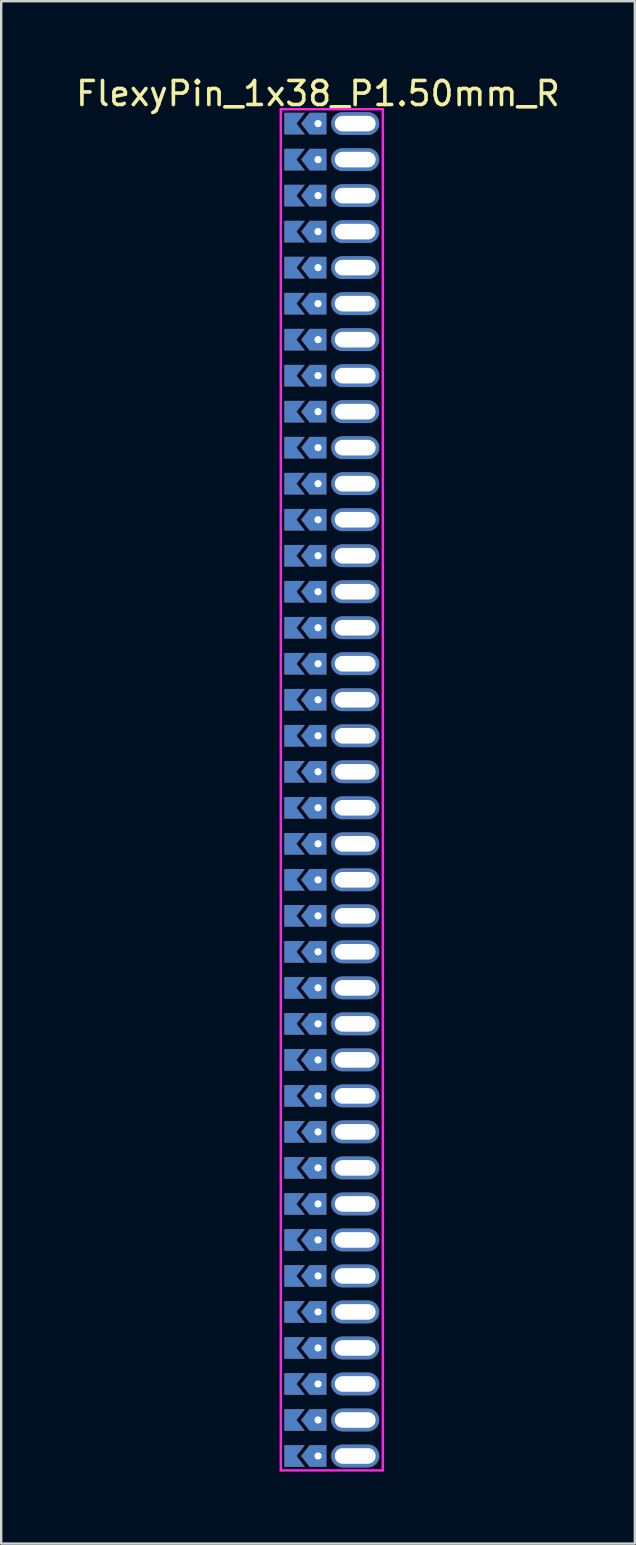
<source format=kicad_pcb>
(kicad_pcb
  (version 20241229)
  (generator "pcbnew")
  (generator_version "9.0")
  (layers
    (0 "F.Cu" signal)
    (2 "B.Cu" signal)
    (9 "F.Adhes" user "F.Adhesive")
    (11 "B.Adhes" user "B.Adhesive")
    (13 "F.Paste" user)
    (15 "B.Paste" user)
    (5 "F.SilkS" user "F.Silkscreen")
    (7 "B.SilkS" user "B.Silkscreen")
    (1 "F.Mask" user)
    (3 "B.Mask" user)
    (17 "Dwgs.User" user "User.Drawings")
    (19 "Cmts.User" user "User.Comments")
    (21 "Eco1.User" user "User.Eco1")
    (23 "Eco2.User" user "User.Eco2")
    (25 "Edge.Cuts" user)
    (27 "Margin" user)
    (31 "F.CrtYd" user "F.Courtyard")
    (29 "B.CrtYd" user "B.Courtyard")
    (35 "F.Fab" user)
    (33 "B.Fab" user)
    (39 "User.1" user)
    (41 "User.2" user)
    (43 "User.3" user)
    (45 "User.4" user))
  (footprint "FlexyPin_1x38_P1.50mm_R"
    (layer "F.Cu")
    (at 10.196 2.098)
    (property "Reference" "FlexyPin_1x38_P1.50mm_R" (at 0 -1.25 0) (layer "F.SilkS") (effects (font (size 1 1) (thickness 0.15))))
    (attr through_hole)
    (fp_line (start -1.55 -0.6) (end 2.7 -0.6) (stroke (width 0.1) (type solid)) (layer "F.CrtYd"))
    (fp_line (start -1.55 56.1) (end -1.55 -0.6) (stroke (width 0.1) (type solid)) (layer "F.CrtYd"))
    (fp_line (start 2.7 -0.6) (end 2.7 56.1) (stroke (width 0.1) (type solid)) (layer "F.CrtYd"))
    (fp_line (start 2.7 56.1) (end -1.55 56.1) (stroke (width 0.1) (type solid)) (layer "F.CrtYd"))
    (pad "" thru_hole custom (at 0 0) (size 0.3 0.3) (drill 0.6) (layers "*.Cu" "*.Mask") (options (anchor rect)) (primitives (gr_poly (pts (xy 0.35 0.45) (xy 0.35 -0.45) (xy -0.35 -0.45) (xy -0.7 0) (xy -0.35 0.45)) (width 0) (fill yes))))
    (pad "" thru_hole custom (at 0 1.5) (size 0.3 0.3) (drill 0.6) (layers "*.Cu" "*.Mask") (options (anchor rect)) (primitives (gr_poly (pts (xy 0.35 0.45) (xy 0.35 -0.45) (xy -0.35 -0.45) (xy -0.7 0) (xy -0.35 0.45)) (width 0) (fill yes))))
    (pad "" thru_hole custom (at 0 3) (size 0.3 0.3) (drill 0.6) (layers "*.Cu" "*.Mask") (options (anchor rect)) (primitives (gr_poly (pts (xy 0.35 0.45) (xy 0.35 -0.45) (xy -0.35 -0.45) (xy -0.7 0) (xy -0.35 0.45)) (width 0) (fill yes))))
    (pad "" thru_hole custom (at 0 4.5) (size 0.3 0.3) (drill 0.6) (layers "*.Cu" "*.Mask") (options (anchor rect)) (primitives (gr_poly (pts (xy 0.35 0.45) (xy 0.35 -0.45) (xy -0.35 -0.45) (xy -0.7 0) (xy -0.35 0.45)) (width 0) (fill yes))))
    (pad "" thru_hole custom (at 0 6) (size 0.3 0.3) (drill 0.6) (layers "*.Cu" "*.Mask") (options (anchor rect)) (primitives (gr_poly (pts (xy 0.35 0.45) (xy 0.35 -0.45) (xy -0.35 -0.45) (xy -0.7 0) (xy -0.35 0.45)) (width 0) (fill yes))))
    (pad "" thru_hole custom (at 0 7.5) (size 0.3 0.3) (drill 0.6) (layers "*.Cu" "*.Mask") (options (anchor rect)) (primitives (gr_poly (pts (xy 0.35 0.45) (xy 0.35 -0.45) (xy -0.35 -0.45) (xy -0.7 0) (xy -0.35 0.45)) (width 0) (fill yes))))
    (pad "" thru_hole custom (at 0 9) (size 0.3 0.3) (drill 0.6) (layers "*.Cu" "*.Mask") (options (anchor rect)) (primitives (gr_poly (pts (xy 0.35 0.45) (xy 0.35 -0.45) (xy -0.35 -0.45) (xy -0.7 0) (xy -0.35 0.45)) (width 0) (fill yes))))
    (pad "" thru_hole custom (at 0 10.5) (size 0.3 0.3) (drill 0.6) (layers "*.Cu" "*.Mask") (options (anchor rect)) (primitives (gr_poly (pts (xy 0.35 0.45) (xy 0.35 -0.45) (xy -0.35 -0.45) (xy -0.7 0) (xy -0.35 0.45)) (width 0) (fill yes))))
    (pad "" thru_hole custom (at 0 12) (size 0.3 0.3) (drill 0.6) (layers "*.Cu" "*.Mask") (options (anchor rect)) (primitives (gr_poly (pts (xy 0.35 0.45) (xy 0.35 -0.45) (xy -0.35 -0.45) (xy -0.7 0) (xy -0.35 0.45)) (width 0) (fill yes))))
    (pad "" thru_hole custom (at 0 13.5) (size 0.3 0.3) (drill 0.6) (layers "*.Cu" "*.Mask") (options (anchor rect)) (primitives (gr_poly (pts (xy 0.35 0.45) (xy 0.35 -0.45) (xy -0.35 -0.45) (xy -0.7 0) (xy -0.35 0.45)) (width 0) (fill yes))))
    (pad "" thru_hole custom (at 0 15) (size 0.3 0.3) (drill 0.6) (layers "*.Cu" "*.Mask") (options (anchor rect)) (primitives (gr_poly (pts (xy 0.35 0.45) (xy 0.35 -0.45) (xy -0.35 -0.45) (xy -0.7 0) (xy -0.35 0.45)) (width 0) (fill yes))))
    (pad "" thru_hole custom (at 0 16.5) (size 0.3 0.3) (drill 0.6) (layers "*.Cu" "*.Mask") (options (anchor rect)) (primitives (gr_poly (pts (xy 0.35 0.45) (xy 0.35 -0.45) (xy -0.35 -0.45) (xy -0.7 0) (xy -0.35 0.45)) (width 0) (fill yes))))
    (pad "" thru_hole custom (at 0 18) (size 0.3 0.3) (drill 0.6) (layers "*.Cu" "*.Mask") (options (anchor rect)) (primitives (gr_poly (pts (xy 0.35 0.45) (xy 0.35 -0.45) (xy -0.35 -0.45) (xy -0.7 0) (xy -0.35 0.45)) (width 0) (fill yes))))
    (pad "" thru_hole custom (at 0 19.5) (size 0.3 0.3) (drill 0.6) (layers "*.Cu" "*.Mask") (options (anchor rect)) (primitives (gr_poly (pts (xy 0.35 0.45) (xy 0.35 -0.45) (xy -0.35 -0.45) (xy -0.7 0) (xy -0.35 0.45)) (width 0) (fill yes))))
    (pad "" thru_hole custom (at 0 21) (size 0.3 0.3) (drill 0.6) (layers "*.Cu" "*.Mask") (options (anchor rect)) (primitives (gr_poly (pts (xy 0.35 0.45) (xy 0.35 -0.45) (xy -0.35 -0.45) (xy -0.7 0) (xy -0.35 0.45)) (width 0) (fill yes))))
    (pad "" thru_hole custom (at 0 22.5) (size 0.3 0.3) (drill 0.6) (layers "*.Cu" "*.Mask") (options (anchor rect)) (primitives (gr_poly (pts (xy 0.35 0.45) (xy 0.35 -0.45) (xy -0.35 -0.45) (xy -0.7 0) (xy -0.35 0.45)) (width 0) (fill yes))))
    (pad "" thru_hole custom (at 0 24) (size 0.3 0.3) (drill 0.6) (layers "*.Cu" "*.Mask") (options (anchor rect)) (primitives (gr_poly (pts (xy 0.35 0.45) (xy 0.35 -0.45) (xy -0.35 -0.45) (xy -0.7 0) (xy -0.35 0.45)) (width 0) (fill yes))))
    (pad "" thru_hole custom (at 0 25.5) (size 0.3 0.3) (drill 0.6) (layers "*.Cu" "*.Mask") (options (anchor rect)) (primitives (gr_poly (pts (xy 0.35 0.45) (xy 0.35 -0.45) (xy -0.35 -0.45) (xy -0.7 0) (xy -0.35 0.45)) (width 0) (fill yes))))
    (pad "" thru_hole custom (at 0 27) (size 0.3 0.3) (drill 0.6) (layers "*.Cu" "*.Mask") (options (anchor rect)) (primitives (gr_poly (pts (xy 0.35 0.45) (xy 0.35 -0.45) (xy -0.35 -0.45) (xy -0.7 0) (xy -0.35 0.45)) (width 0) (fill yes))))
    (pad "" thru_hole custom (at 0 28.5) (size 0.3 0.3) (drill 0.6) (layers "*.Cu" "*.Mask") (options (anchor rect)) (primitives (gr_poly (pts (xy 0.35 0.45) (xy 0.35 -0.45) (xy -0.35 -0.45) (xy -0.7 0) (xy -0.35 0.45)) (width 0) (fill yes))))
    (pad "" thru_hole custom (at 0 30) (size 0.3 0.3) (drill 0.6) (layers "*.Cu" "*.Mask") (options (anchor rect)) (primitives (gr_poly (pts (xy 0.35 0.45) (xy 0.35 -0.45) (xy -0.35 -0.45) (xy -0.7 0) (xy -0.35 0.45)) (width 0) (fill yes))))
    (pad "" thru_hole custom (at 0 31.5) (size 0.3 0.3) (drill 0.6) (layers "*.Cu" "*.Mask") (options (anchor rect)) (primitives (gr_poly (pts (xy 0.35 0.45) (xy 0.35 -0.45) (xy -0.35 -0.45) (xy -0.7 0) (xy -0.35 0.45)) (width 0) (fill yes))))
    (pad "" thru_hole custom (at 0 33) (size 0.3 0.3) (drill 0.6) (layers "*.Cu" "*.Mask") (options (anchor rect)) (primitives (gr_poly (pts (xy 0.35 0.45) (xy 0.35 -0.45) (xy -0.35 -0.45) (xy -0.7 0) (xy -0.35 0.45)) (width 0) (fill yes))))
    (pad "" thru_hole custom (at 0 34.5) (size 0.3 0.3) (drill 0.6) (layers "*.Cu" "*.Mask") (options (anchor rect)) (primitives (gr_poly (pts (xy 0.35 0.45) (xy 0.35 -0.45) (xy -0.35 -0.45) (xy -0.7 0) (xy -0.35 0.45)) (width 0) (fill yes))))
    (pad "" thru_hole custom (at 0 36) (size 0.3 0.3) (drill 0.6) (layers "*.Cu" "*.Mask") (options (anchor rect)) (primitives (gr_poly (pts (xy 0.35 0.45) (xy 0.35 -0.45) (xy -0.35 -0.45) (xy -0.7 0) (xy -0.35 0.45)) (width 0) (fill yes))))
    (pad "" thru_hole custom (at 0 37.5) (size 0.3 0.3) (drill 0.6) (layers "*.Cu" "*.Mask") (options (anchor rect)) (primitives (gr_poly (pts (xy 0.35 0.45) (xy 0.35 -0.45) (xy -0.35 -0.45) (xy -0.7 0) (xy -0.35 0.45)) (width 0) (fill yes))))
    (pad "" thru_hole custom (at 0 39) (size 0.3 0.3) (drill 0.6) (layers "*.Cu" "*.Mask") (options (anchor rect)) (primitives (gr_poly (pts (xy 0.35 0.45) (xy 0.35 -0.45) (xy -0.35 -0.45) (xy -0.7 0) (xy -0.35 0.45)) (width 0) (fill yes))))
    (pad "" thru_hole custom (at 0 40.5) (size 0.3 0.3) (drill 0.6) (layers "*.Cu" "*.Mask") (options (anchor rect)) (primitives (gr_poly (pts (xy 0.35 0.45) (xy 0.35 -0.45) (xy -0.35 -0.45) (xy -0.7 0) (xy -0.35 0.45)) (width 0) (fill yes))))
    (pad "" thru_hole custom (at 0 42) (size 0.3 0.3) (drill 0.6) (layers "*.Cu" "*.Mask") (options (anchor rect)) (primitives (gr_poly (pts (xy 0.35 0.45) (xy 0.35 -0.45) (xy -0.35 -0.45) (xy -0.7 0) (xy -0.35 0.45)) (width 0) (fill yes))))
    (pad "" thru_hole custom (at 0 43.5) (size 0.3 0.3) (drill 0.6) (layers "*.Cu" "*.Mask") (options (anchor rect)) (primitives (gr_poly (pts (xy 0.35 0.45) (xy 0.35 -0.45) (xy -0.35 -0.45) (xy -0.7 0) (xy -0.35 0.45)) (width 0) (fill yes))))
    (pad "" thru_hole custom (at 0 45) (size 0.3 0.3) (drill 0.6) (layers "*.Cu" "*.Mask") (options (anchor rect)) (primitives (gr_poly (pts (xy 0.35 0.45) (xy 0.35 -0.45) (xy -0.35 -0.45) (xy -0.7 0) (xy -0.35 0.45)) (width 0) (fill yes))))
    (pad "" thru_hole custom (at 0 46.5) (size 0.3 0.3) (drill 0.6) (layers "*.Cu" "*.Mask") (options (anchor rect)) (primitives (gr_poly (pts (xy 0.35 0.45) (xy 0.35 -0.45) (xy -0.35 -0.45) (xy -0.7 0) (xy -0.35 0.45)) (width 0) (fill yes))))
    (pad "" thru_hole custom (at 0 48) (size 0.3 0.3) (drill 0.6) (layers "*.Cu" "*.Mask") (options (anchor rect)) (primitives (gr_poly (pts (xy 0.35 0.45) (xy 0.35 -0.45) (xy -0.35 -0.45) (xy -0.7 0) (xy -0.35 0.45)) (width 0) (fill yes))))
    (pad "" thru_hole custom (at 0 49.5) (size 0.3 0.3) (drill 0.6) (layers "*.Cu" "*.Mask") (options (anchor rect)) (primitives (gr_poly (pts (xy 0.35 0.45) (xy 0.35 -0.45) (xy -0.35 -0.45) (xy -0.7 0) (xy -0.35 0.45)) (width 0) (fill yes))))
    (pad "" thru_hole custom (at 0 51) (size 0.3 0.3) (drill 0.6) (layers "*.Cu" "*.Mask") (options (anchor rect)) (primitives (gr_poly (pts (xy 0.35 0.45) (xy 0.35 -0.45) (xy -0.35 -0.45) (xy -0.7 0) (xy -0.35 0.45)) (width 0) (fill yes))))
    (pad "" thru_hole custom (at 0 52.5) (size 0.3 0.3) (drill 0.6) (layers "*.Cu" "*.Mask") (options (anchor rect)) (primitives (gr_poly (pts (xy 0.35 0.45) (xy 0.35 -0.45) (xy -0.35 -0.45) (xy -0.7 0) (xy -0.35 0.45)) (width 0) (fill yes))))
    (pad "" thru_hole custom (at 0 54) (size 0.3 0.3) (drill 0.6) (layers "*.Cu" "*.Mask") (options (anchor rect)) (primitives (gr_poly (pts (xy 0.35 0.45) (xy 0.35 -0.45) (xy -0.35 -0.45) (xy -0.7 0) (xy -0.35 0.45)) (width 0) (fill yes))))
    (pad "" thru_hole custom (at 0 55.5) (size 0.3 0.3) (drill 0.6) (layers "*.Cu" "*.Mask") (options (anchor rect)) (primitives (gr_poly (pts (xy 0.35 0.45) (xy 0.35 -0.45) (xy -0.35 -0.45) (xy -0.7 0) (xy -0.35 0.45)) (width 0) (fill yes))))
    (pad "" thru_hole oval (at 1.55 0) (size 2 0.95) (drill oval 1.7 0.65) (layers "*.Cu" "*.Mask"))
    (pad "" thru_hole oval (at 1.55 1.5) (size 2 0.95) (drill oval 1.7 0.65) (layers "*.Cu" "*.Mask"))
    (pad "" thru_hole oval (at 1.55 3) (size 2 0.95) (drill oval 1.7 0.65) (layers "*.Cu" "*.Mask"))
    (pad "" thru_hole oval (at 1.55 4.5) (size 2 0.95) (drill oval 1.7 0.65) (layers "*.Cu" "*.Mask"))
    (pad "" thru_hole oval (at 1.55 6) (size 2 0.95) (drill oval 1.7 0.65) (layers "*.Cu" "*.Mask"))
    (pad "" thru_hole oval (at 1.55 7.5) (size 2 0.95) (drill oval 1.7 0.65) (layers "*.Cu" "*.Mask"))
    (pad "" thru_hole oval (at 1.55 9) (size 2 0.95) (drill oval 1.7 0.65) (layers "*.Cu" "*.Mask"))
    (pad "" thru_hole oval (at 1.55 10.5) (size 2 0.95) (drill oval 1.7 0.65) (layers "*.Cu" "*.Mask"))
    (pad "" thru_hole oval (at 1.55 12) (size 2 0.95) (drill oval 1.7 0.65) (layers "*.Cu" "*.Mask"))
    (pad "" thru_hole oval (at 1.55 13.5) (size 2 0.95) (drill oval 1.7 0.65) (layers "*.Cu" "*.Mask"))
    (pad "" thru_hole oval (at 1.55 15) (size 2 0.95) (drill oval 1.7 0.65) (layers "*.Cu" "*.Mask"))
    (pad "" thru_hole oval (at 1.55 16.5) (size 2 0.95) (drill oval 1.7 0.65) (layers "*.Cu" "*.Mask"))
    (pad "" thru_hole oval (at 1.55 18) (size 2 0.95) (drill oval 1.7 0.65) (layers "*.Cu" "*.Mask"))
    (pad "" thru_hole oval (at 1.55 19.5) (size 2 0.95) (drill oval 1.7 0.65) (layers "*.Cu" "*.Mask"))
    (pad "" thru_hole oval (at 1.55 21) (size 2 0.95) (drill oval 1.7 0.65) (layers "*.Cu" "*.Mask"))
    (pad "" thru_hole oval (at 1.55 22.5) (size 2 0.95) (drill oval 1.7 0.65) (layers "*.Cu" "*.Mask"))
    (pad "" thru_hole oval (at 1.55 24) (size 2 0.95) (drill oval 1.7 0.65) (layers "*.Cu" "*.Mask"))
    (pad "" thru_hole oval (at 1.55 25.5) (size 2 0.95) (drill oval 1.7 0.65) (layers "*.Cu" "*.Mask"))
    (pad "" thru_hole oval (at 1.55 27) (size 2 0.95) (drill oval 1.7 0.65) (layers "*.Cu" "*.Mask"))
    (pad "" thru_hole oval (at 1.55 28.5) (size 2 0.95) (drill oval 1.7 0.65) (layers "*.Cu" "*.Mask"))
    (pad "" thru_hole oval (at 1.55 30) (size 2 0.95) (drill oval 1.7 0.65) (layers "*.Cu" "*.Mask"))
    (pad "" thru_hole oval (at 1.55 31.5) (size 2 0.95) (drill oval 1.7 0.65) (layers "*.Cu" "*.Mask"))
    (pad "" thru_hole oval (at 1.55 33) (size 2 0.95) (drill oval 1.7 0.65) (layers "*.Cu" "*.Mask"))
    (pad "" thru_hole oval (at 1.55 34.5) (size 2 0.95) (drill oval 1.7 0.65) (layers "*.Cu" "*.Mask"))
    (pad "" thru_hole oval (at 1.55 36) (size 2 0.95) (drill oval 1.7 0.65) (layers "*.Cu" "*.Mask"))
    (pad "" thru_hole oval (at 1.55 37.5) (size 2 0.95) (drill oval 1.7 0.65) (layers "*.Cu" "*.Mask"))
    (pad "" thru_hole oval (at 1.55 39) (size 2 0.95) (drill oval 1.7 0.65) (layers "*.Cu" "*.Mask"))
    (pad "" thru_hole oval (at 1.55 40.5) (size 2 0.95) (drill oval 1.7 0.65) (layers "*.Cu" "*.Mask"))
    (pad "" thru_hole oval (at 1.55 42) (size 2 0.95) (drill oval 1.7 0.65) (layers "*.Cu" "*.Mask"))
    (pad "" thru_hole oval (at 1.55 43.5) (size 2 0.95) (drill oval 1.7 0.65) (layers "*.Cu" "*.Mask"))
    (pad "" thru_hole oval (at 1.55 45) (size 2 0.95) (drill oval 1.7 0.65) (layers "*.Cu" "*.Mask"))
    (pad "" thru_hole oval (at 1.55 46.5) (size 2 0.95) (drill oval 1.7 0.65) (layers "*.Cu" "*.Mask"))
    (pad "" thru_hole oval (at 1.55 48) (size 2 0.95) (drill oval 1.7 0.65) (layers "*.Cu" "*.Mask"))
    (pad "" thru_hole oval (at 1.55 49.5) (size 2 0.95) (drill oval 1.7 0.65) (layers "*.Cu" "*.Mask"))
    (pad "" thru_hole oval (at 1.55 51) (size 2 0.95) (drill oval 1.7 0.65) (layers "*.Cu" "*.Mask"))
    (pad "" thru_hole oval (at 1.55 52.5) (size 2 0.95) (drill oval 1.7 0.65) (layers "*.Cu" "*.Mask"))
    (pad "" thru_hole oval (at 1.55 54) (size 2 0.95) (drill oval 1.7 0.65) (layers "*.Cu" "*.Mask"))
    (pad "" thru_hole oval (at 1.55 55.5) (size 2 0.95) (drill oval 1.7 0.65) (layers "*.Cu" "*.Mask"))
    (pad "1" smd custom (at -0.9 0) (size 0.01 0.01) (layers "F.Cu" "F.Mask") (options (anchor rect)) (primitives (gr_poly (pts (xy 0 0) (xy 0.35 0.45) (xy -0.5 0.45) (xy -0.5 -0.45) (xy 0.35 -0.45)) (width 0) (fill yes))))
    (pad "2" smd custom (at -0.9 1.5) (size 0.01 0.01) (layers "F.Cu" "F.Mask") (options (anchor rect)) (primitives (gr_poly (pts (xy 0 0) (xy 0.35 0.45) (xy -0.5 0.45) (xy -0.5 -0.45) (xy 0.35 -0.45)) (width 0) (fill yes))))
    (pad "3" smd custom (at -0.9 3) (size 0.01 0.01) (layers "F.Cu" "F.Mask") (options (anchor rect)) (primitives (gr_poly (pts (xy 0 0) (xy 0.35 0.45) (xy -0.5 0.45) (xy -0.5 -0.45) (xy 0.35 -0.45)) (width 0) (fill yes))))
    (pad "4" smd custom (at -0.9 4.5) (size 0.01 0.01) (layers "F.Cu" "F.Mask") (options (anchor rect)) (primitives (gr_poly (pts (xy 0 0) (xy 0.35 0.45) (xy -0.5 0.45) (xy -0.5 -0.45) (xy 0.35 -0.45)) (width 0) (fill yes))))
    (pad "5" smd custom (at -0.9 6) (size 0.01 0.01) (layers "F.Cu" "F.Mask") (options (anchor rect)) (primitives (gr_poly (pts (xy 0 0) (xy 0.35 0.45) (xy -0.5 0.45) (xy -0.5 -0.45) (xy 0.35 -0.45)) (width 0) (fill yes))))
    (pad "6" smd custom (at -0.9 7.5) (size 0.01 0.01) (layers "F.Cu" "F.Mask") (options (anchor rect)) (primitives (gr_poly (pts (xy 0 0) (xy 0.35 0.45) (xy -0.5 0.45) (xy -0.5 -0.45) (xy 0.35 -0.45)) (width 0) (fill yes))))
    (pad "7" smd custom (at -0.9 9) (size 0.01 0.01) (layers "F.Cu" "F.Mask") (options (anchor rect)) (primitives (gr_poly (pts (xy 0 0) (xy 0.35 0.45) (xy -0.5 0.45) (xy -0.5 -0.45) (xy 0.35 -0.45)) (width 0) (fill yes))))
    (pad "8" smd custom (at -0.9 10.5) (size 0.01 0.01) (layers "F.Cu" "F.Mask") (options (anchor rect)) (primitives (gr_poly (pts (xy 0 0) (xy 0.35 0.45) (xy -0.5 0.45) (xy -0.5 -0.45) (xy 0.35 -0.45)) (width 0) (fill yes))))
    (pad "9" smd custom (at -0.9 12) (size 0.01 0.01) (layers "F.Cu" "F.Mask") (options (anchor rect)) (primitives (gr_poly (pts (xy 0 0) (xy 0.35 0.45) (xy -0.5 0.45) (xy -0.5 -0.45) (xy 0.35 -0.45)) (width 0) (fill yes))))
    (pad "10" smd custom (at -0.9 13.5) (size 0.01 0.01) (layers "F.Cu" "F.Mask") (options (anchor rect)) (primitives (gr_poly (pts (xy 0 0) (xy 0.35 0.45) (xy -0.5 0.45) (xy -0.5 -0.45) (xy 0.35 -0.45)) (width 0) (fill yes))))
    (pad "11" smd custom (at -0.9 15) (size 0.01 0.01) (layers "F.Cu" "F.Mask") (options (anchor rect)) (primitives (gr_poly (pts (xy 0 0) (xy 0.35 0.45) (xy -0.5 0.45) (xy -0.5 -0.45) (xy 0.35 -0.45)) (width 0) (fill yes))))
    (pad "12" smd custom (at -0.9 16.5) (size 0.01 0.01) (layers "F.Cu" "F.Mask") (options (anchor rect)) (primitives (gr_poly (pts (xy 0 0) (xy 0.35 0.45) (xy -0.5 0.45) (xy -0.5 -0.45) (xy 0.35 -0.45)) (width 0) (fill yes))))
    (pad "13" smd custom (at -0.9 18) (size 0.01 0.01) (layers "F.Cu" "F.Mask") (options (anchor rect)) (primitives (gr_poly (pts (xy 0 0) (xy 0.35 0.45) (xy -0.5 0.45) (xy -0.5 -0.45) (xy 0.35 -0.45)) (width 0) (fill yes))))
    (pad "14" smd custom (at -0.9 19.5) (size 0.01 0.01) (layers "F.Cu" "F.Mask") (options (anchor rect)) (primitives (gr_poly (pts (xy 0 0) (xy 0.35 0.45) (xy -0.5 0.45) (xy -0.5 -0.45) (xy 0.35 -0.45)) (width 0) (fill yes))))
    (pad "15" smd custom (at -0.9 21) (size 0.01 0.01) (layers "F.Cu" "F.Mask") (options (anchor rect)) (primitives (gr_poly (pts (xy 0 0) (xy 0.35 0.45) (xy -0.5 0.45) (xy -0.5 -0.45) (xy 0.35 -0.45)) (width 0) (fill yes))))
    (pad "16" smd custom (at -0.9 22.5) (size 0.01 0.01) (layers "F.Cu" "F.Mask") (options (anchor rect)) (primitives (gr_poly (pts (xy 0 0) (xy 0.35 0.45) (xy -0.5 0.45) (xy -0.5 -0.45) (xy 0.35 -0.45)) (width 0) (fill yes))))
    (pad "17" smd custom (at -0.9 24) (size 0.01 0.01) (layers "F.Cu" "F.Mask") (options (anchor rect)) (primitives (gr_poly (pts (xy 0 0) (xy 0.35 0.45) (xy -0.5 0.45) (xy -0.5 -0.45) (xy 0.35 -0.45)) (width 0) (fill yes))))
    (pad "18" smd custom (at -0.9 25.5) (size 0.01 0.01) (layers "F.Cu" "F.Mask") (options (anchor rect)) (primitives (gr_poly (pts (xy 0 0) (xy 0.35 0.45) (xy -0.5 0.45) (xy -0.5 -0.45) (xy 0.35 -0.45)) (width 0) (fill yes))))
    (pad "19" smd custom (at -0.9 27) (size 0.01 0.01) (layers "F.Cu" "F.Mask") (options (anchor rect)) (primitives (gr_poly (pts (xy 0 0) (xy 0.35 0.45) (xy -0.5 0.45) (xy -0.5 -0.45) (xy 0.35 -0.45)) (width 0) (fill yes))))
    (pad "20" smd custom (at -0.9 28.5) (size 0.01 0.01) (layers "F.Cu" "F.Mask") (options (anchor rect)) (primitives (gr_poly (pts (xy 0 0) (xy 0.35 0.45) (xy -0.5 0.45) (xy -0.5 -0.45) (xy 0.35 -0.45)) (width 0) (fill yes))))
    (pad "21" smd custom (at -0.9 30) (size 0.01 0.01) (layers "F.Cu" "F.Mask") (options (anchor rect)) (primitives (gr_poly (pts (xy 0 0) (xy 0.35 0.45) (xy -0.5 0.45) (xy -0.5 -0.45) (xy 0.35 -0.45)) (width 0) (fill yes))))
    (pad "22" smd custom (at -0.9 31.5) (size 0.01 0.01) (layers "F.Cu" "F.Mask") (options (anchor rect)) (primitives (gr_poly (pts (xy 0 0) (xy 0.35 0.45) (xy -0.5 0.45) (xy -0.5 -0.45) (xy 0.35 -0.45)) (width 0) (fill yes))))
    (pad "23" smd custom (at -0.9 33) (size 0.01 0.01) (layers "F.Cu" "F.Mask") (options (anchor rect)) (primitives (gr_poly (pts (xy 0 0) (xy 0.35 0.45) (xy -0.5 0.45) (xy -0.5 -0.45) (xy 0.35 -0.45)) (width 0) (fill yes))))
    (pad "24" smd custom (at -0.9 34.5) (size 0.01 0.01) (layers "F.Cu" "F.Mask") (options (anchor rect)) (primitives (gr_poly (pts (xy 0 0) (xy 0.35 0.45) (xy -0.5 0.45) (xy -0.5 -0.45) (xy 0.35 -0.45)) (width 0) (fill yes))))
    (pad "25" smd custom (at -0.9 36) (size 0.01 0.01) (layers "F.Cu" "F.Mask") (options (anchor rect)) (primitives (gr_poly (pts (xy 0 0) (xy 0.35 0.45) (xy -0.5 0.45) (xy -0.5 -0.45) (xy 0.35 -0.45)) (width 0) (fill yes))))
    (pad "26" smd custom (at -0.9 37.5) (size 0.01 0.01) (layers "F.Cu" "F.Mask") (options (anchor rect)) (primitives (gr_poly (pts (xy 0 0) (xy 0.35 0.45) (xy -0.5 0.45) (xy -0.5 -0.45) (xy 0.35 -0.45)) (width 0) (fill yes))))
    (pad "27" smd custom (at -0.9 39) (size 0.01 0.01) (layers "F.Cu" "F.Mask") (options (anchor rect)) (primitives (gr_poly (pts (xy 0 0) (xy 0.35 0.45) (xy -0.5 0.45) (xy -0.5 -0.45) (xy 0.35 -0.45)) (width 0) (fill yes))))
    (pad "28" smd custom (at -0.9 40.5) (size 0.01 0.01) (layers "F.Cu" "F.Mask") (options (anchor rect)) (primitives (gr_poly (pts (xy 0 0) (xy 0.35 0.45) (xy -0.5 0.45) (xy -0.5 -0.45) (xy 0.35 -0.45)) (width 0) (fill yes))))
    (pad "29" smd custom (at -0.9 42) (size 0.01 0.01) (layers "F.Cu" "F.Mask") (options (anchor rect)) (primitives (gr_poly (pts (xy 0 0) (xy 0.35 0.45) (xy -0.5 0.45) (xy -0.5 -0.45) (xy 0.35 -0.45)) (width 0) (fill yes))))
    (pad "30" smd custom (at -0.9 43.5) (size 0.01 0.01) (layers "F.Cu" "F.Mask") (options (anchor rect)) (primitives (gr_poly (pts (xy 0 0) (xy 0.35 0.45) (xy -0.5 0.45) (xy -0.5 -0.45) (xy 0.35 -0.45)) (width 0) (fill yes))))
    (pad "31" smd custom (at -0.9 45) (size 0.01 0.01) (layers "F.Cu" "F.Mask") (options (anchor rect)) (primitives (gr_poly (pts (xy 0 0) (xy 0.35 0.45) (xy -0.5 0.45) (xy -0.5 -0.45) (xy 0.35 -0.45)) (width 0) (fill yes))))
    (pad "32" smd custom (at -0.9 46.5) (size 0.01 0.01) (layers "F.Cu" "F.Mask") (options (anchor rect)) (primitives (gr_poly (pts (xy 0 0) (xy 0.35 0.45) (xy -0.5 0.45) (xy -0.5 -0.45) (xy 0.35 -0.45)) (width 0) (fill yes))))
    (pad "33" smd custom (at -0.9 48) (size 0.01 0.01) (layers "F.Cu" "F.Mask") (options (anchor rect)) (primitives (gr_poly (pts (xy 0 0) (xy 0.35 0.45) (xy -0.5 0.45) (xy -0.5 -0.45) (xy 0.35 -0.45)) (width 0) (fill yes))))
    (pad "34" smd custom (at -0.9 49.5) (size 0.01 0.01) (layers "F.Cu" "F.Mask") (options (anchor rect)) (primitives (gr_poly (pts (xy 0 0) (xy 0.35 0.45) (xy -0.5 0.45) (xy -0.5 -0.45) (xy 0.35 -0.45)) (width 0) (fill yes))))
    (pad "35" smd custom (at -0.9 51) (size 0.01 0.01) (layers "F.Cu" "F.Mask") (options (anchor rect)) (primitives (gr_poly (pts (xy 0 0) (xy 0.35 0.45) (xy -0.5 0.45) (xy -0.5 -0.45) (xy 0.35 -0.45)) (width 0) (fill yes))))
    (pad "36" smd custom (at -0.9 52.5) (size 0.01 0.01) (layers "F.Cu" "F.Mask") (options (anchor rect)) (primitives (gr_poly (pts (xy 0 0) (xy 0.35 0.45) (xy -0.5 0.45) (xy -0.5 -0.45) (xy 0.35 -0.45)) (width 0) (fill yes))))
    (pad "37" smd custom (at -0.9 54) (size 0.01 0.01) (layers "F.Cu" "F.Mask") (options (anchor rect)) (primitives (gr_poly (pts (xy 0 0) (xy 0.35 0.45) (xy -0.5 0.45) (xy -0.5 -0.45) (xy 0.35 -0.45)) (width 0) (fill yes))))
    (pad "38" smd custom (at -0.9 55.5) (size 0.01 0.01) (layers "F.Cu" "F.Mask") (options (anchor rect)) (primitives (gr_poly (pts (xy 0 0) (xy 0.35 0.45) (xy -0.5 0.45) (xy -0.5 -0.45) (xy 0.35 -0.45)) (width 0) (fill yes))))
    (pad "39" smd custom (at -0.9 0) (size 0.01 0.01) (layers "B.Cu" "B.Mask") (options (anchor rect)) (primitives (gr_poly (pts (xy 0 0) (xy 0.35 0.45) (xy -0.5 0.45) (xy -0.5 -0.45) (xy 0.35 -0.45)) (width 0) (fill yes))))
    (pad "40" smd custom (at -0.9 1.5) (size 0.01 0.01) (layers "B.Cu" "B.Mask") (options (anchor rect)) (primitives (gr_poly (pts (xy 0 0) (xy 0.35 0.45) (xy -0.5 0.45) (xy -0.5 -0.45) (xy 0.35 -0.45)) (width 0) (fill yes))))
    (pad "41" smd custom (at -0.9 3) (size 0.01 0.01) (layers "B.Cu" "B.Mask") (options (anchor rect)) (primitives (gr_poly (pts (xy 0 0) (xy 0.35 0.45) (xy -0.5 0.45) (xy -0.5 -0.45) (xy 0.35 -0.45)) (width 0) (fill yes))))
    (pad "42" smd custom (at -0.9 4.5) (size 0.01 0.01) (layers "B.Cu" "B.Mask") (options (anchor rect)) (primitives (gr_poly (pts (xy 0 0) (xy 0.35 0.45) (xy -0.5 0.45) (xy -0.5 -0.45) (xy 0.35 -0.45)) (width 0) (fill yes))))
    (pad "43" smd custom (at -0.9 6) (size 0.01 0.01) (layers "B.Cu" "B.Mask") (options (anchor rect)) (primitives (gr_poly (pts (xy 0 0) (xy 0.35 0.45) (xy -0.5 0.45) (xy -0.5 -0.45) (xy 0.35 -0.45)) (width 0) (fill yes))))
    (pad "44" smd custom (at -0.9 7.5) (size 0.01 0.01) (layers "B.Cu" "B.Mask") (options (anchor rect)) (primitives (gr_poly (pts (xy 0 0) (xy 0.35 0.45) (xy -0.5 0.45) (xy -0.5 -0.45) (xy 0.35 -0.45)) (width 0) (fill yes))))
    (pad "45" smd custom (at -0.9 9) (size 0.01 0.01) (layers "B.Cu" "B.Mask") (options (anchor rect)) (primitives (gr_poly (pts (xy 0 0) (xy 0.35 0.45) (xy -0.5 0.45) (xy -0.5 -0.45) (xy 0.35 -0.45)) (width 0) (fill yes))))
    (pad "46" smd custom (at -0.9 10.5) (size 0.01 0.01) (layers "B.Cu" "B.Mask") (options (anchor rect)) (primitives (gr_poly (pts (xy 0 0) (xy 0.35 0.45) (xy -0.5 0.45) (xy -0.5 -0.45) (xy 0.35 -0.45)) (width 0) (fill yes))))
    (pad "47" smd custom (at -0.9 12) (size 0.01 0.01) (layers "B.Cu" "B.Mask") (options (anchor rect)) (primitives (gr_poly (pts (xy 0 0) (xy 0.35 0.45) (xy -0.5 0.45) (xy -0.5 -0.45) (xy 0.35 -0.45)) (width 0) (fill yes))))
    (pad "48" smd custom (at -0.9 13.5) (size 0.01 0.01) (layers "B.Cu" "B.Mask") (options (anchor rect)) (primitives (gr_poly (pts (xy 0 0) (xy 0.35 0.45) (xy -0.5 0.45) (xy -0.5 -0.45) (xy 0.35 -0.45)) (width 0) (fill yes))))
    (pad "49" smd custom (at -0.9 15) (size 0.01 0.01) (layers "B.Cu" "B.Mask") (options (anchor rect)) (primitives (gr_poly (pts (xy 0 0) (xy 0.35 0.45) (xy -0.5 0.45) (xy -0.5 -0.45) (xy 0.35 -0.45)) (width 0) (fill yes))))
    (pad "50" smd custom (at -0.9 16.5) (size 0.01 0.01) (layers "B.Cu" "B.Mask") (options (anchor rect)) (primitives (gr_poly (pts (xy 0 0) (xy 0.35 0.45) (xy -0.5 0.45) (xy -0.5 -0.45) (xy 0.35 -0.45)) (width 0) (fill yes))))
    (pad "51" smd custom (at -0.9 18) (size 0.01 0.01) (layers "B.Cu" "B.Mask") (options (anchor rect)) (primitives (gr_poly (pts (xy 0 0) (xy 0.35 0.45) (xy -0.5 0.45) (xy -0.5 -0.45) (xy 0.35 -0.45)) (width 0) (fill yes))))
    (pad "52" smd custom (at -0.9 19.5) (size 0.01 0.01) (layers "B.Cu" "B.Mask") (options (anchor rect)) (primitives (gr_poly (pts (xy 0 0) (xy 0.35 0.45) (xy -0.5 0.45) (xy -0.5 -0.45) (xy 0.35 -0.45)) (width 0) (fill yes))))
    (pad "53" smd custom (at -0.9 21) (size 0.01 0.01) (layers "B.Cu" "B.Mask") (options (anchor rect)) (primitives (gr_poly (pts (xy 0 0) (xy 0.35 0.45) (xy -0.5 0.45) (xy -0.5 -0.45) (xy 0.35 -0.45)) (width 0) (fill yes))))
    (pad "54" smd custom (at -0.9 22.5) (size 0.01 0.01) (layers "B.Cu" "B.Mask") (options (anchor rect)) (primitives (gr_poly (pts (xy 0 0) (xy 0.35 0.45) (xy -0.5 0.45) (xy -0.5 -0.45) (xy 0.35 -0.45)) (width 0) (fill yes))))
    (pad "55" smd custom (at -0.9 24) (size 0.01 0.01) (layers "B.Cu" "B.Mask") (options (anchor rect)) (primitives (gr_poly (pts (xy 0 0) (xy 0.35 0.45) (xy -0.5 0.45) (xy -0.5 -0.45) (xy 0.35 -0.45)) (width 0) (fill yes))))
    (pad "56" smd custom (at -0.9 25.5) (size 0.01 0.01) (layers "B.Cu" "B.Mask") (options (anchor rect)) (primitives (gr_poly (pts (xy 0 0) (xy 0.35 0.45) (xy -0.5 0.45) (xy -0.5 -0.45) (xy 0.35 -0.45)) (width 0) (fill yes))))
    (pad "57" smd custom (at -0.9 27) (size 0.01 0.01) (layers "B.Cu" "B.Mask") (options (anchor rect)) (primitives (gr_poly (pts (xy 0 0) (xy 0.35 0.45) (xy -0.5 0.45) (xy -0.5 -0.45) (xy 0.35 -0.45)) (width 0) (fill yes))))
    (pad "58" smd custom (at -0.9 28.5) (size 0.01 0.01) (layers "B.Cu" "B.Mask") (options (anchor rect)) (primitives (gr_poly (pts (xy 0 0) (xy 0.35 0.45) (xy -0.5 0.45) (xy -0.5 -0.45) (xy 0.35 -0.45)) (width 0) (fill yes))))
    (pad "59" smd custom (at -0.9 30) (size 0.01 0.01) (layers "B.Cu" "B.Mask") (options (anchor rect)) (primitives (gr_poly (pts (xy 0 0) (xy 0.35 0.45) (xy -0.5 0.45) (xy -0.5 -0.45) (xy 0.35 -0.45)) (width 0) (fill yes))))
    (pad "60" smd custom (at -0.9 31.5) (size 0.01 0.01) (layers "B.Cu" "B.Mask") (options (anchor rect)) (primitives (gr_poly (pts (xy 0 0) (xy 0.35 0.45) (xy -0.5 0.45) (xy -0.5 -0.45) (xy 0.35 -0.45)) (width 0) (fill yes))))
    (pad "61" smd custom (at -0.9 33) (size 0.01 0.01) (layers "B.Cu" "B.Mask") (options (anchor rect)) (primitives (gr_poly (pts (xy 0 0) (xy 0.35 0.45) (xy -0.5 0.45) (xy -0.5 -0.45) (xy 0.35 -0.45)) (width 0) (fill yes))))
    (pad "62" smd custom (at -0.9 34.5) (size 0.01 0.01) (layers "B.Cu" "B.Mask") (options (anchor rect)) (primitives (gr_poly (pts (xy 0 0) (xy 0.35 0.45) (xy -0.5 0.45) (xy -0.5 -0.45) (xy 0.35 -0.45)) (width 0) (fill yes))))
    (pad "63" smd custom (at -0.9 36) (size 0.01 0.01) (layers "B.Cu" "B.Mask") (options (anchor rect)) (primitives (gr_poly (pts (xy 0 0) (xy 0.35 0.45) (xy -0.5 0.45) (xy -0.5 -0.45) (xy 0.35 -0.45)) (width 0) (fill yes))))
    (pad "64" smd custom (at -0.9 37.5) (size 0.01 0.01) (layers "B.Cu" "B.Mask") (options (anchor rect)) (primitives (gr_poly (pts (xy 0 0) (xy 0.35 0.45) (xy -0.5 0.45) (xy -0.5 -0.45) (xy 0.35 -0.45)) (width 0) (fill yes))))
    (pad "65" smd custom (at -0.9 39) (size 0.01 0.01) (layers "B.Cu" "B.Mask") (options (anchor rect)) (primitives (gr_poly (pts (xy 0 0) (xy 0.35 0.45) (xy -0.5 0.45) (xy -0.5 -0.45) (xy 0.35 -0.45)) (width 0) (fill yes))))
    (pad "66" smd custom (at -0.9 40.5) (size 0.01 0.01) (layers "B.Cu" "B.Mask") (options (anchor rect)) (primitives (gr_poly (pts (xy 0 0) (xy 0.35 0.45) (xy -0.5 0.45) (xy -0.5 -0.45) (xy 0.35 -0.45)) (width 0) (fill yes))))
    (pad "67" smd custom (at -0.9 42) (size 0.01 0.01) (layers "B.Cu" "B.Mask") (options (anchor rect)) (primitives (gr_poly (pts (xy 0 0) (xy 0.35 0.45) (xy -0.5 0.45) (xy -0.5 -0.45) (xy 0.35 -0.45)) (width 0) (fill yes))))
    (pad "68" smd custom (at -0.9 43.5) (size 0.01 0.01) (layers "B.Cu" "B.Mask") (options (anchor rect)) (primitives (gr_poly (pts (xy 0 0) (xy 0.35 0.45) (xy -0.5 0.45) (xy -0.5 -0.45) (xy 0.35 -0.45)) (width 0) (fill yes))))
    (pad "69" smd custom (at -0.9 45) (size 0.01 0.01) (layers "B.Cu" "B.Mask") (options (anchor rect)) (primitives (gr_poly (pts (xy 0 0) (xy 0.35 0.45) (xy -0.5 0.45) (xy -0.5 -0.45) (xy 0.35 -0.45)) (width 0) (fill yes))))
    (pad "70" smd custom (at -0.9 46.5) (size 0.01 0.01) (layers "B.Cu" "B.Mask") (options (anchor rect)) (primitives (gr_poly (pts (xy 0 0) (xy 0.35 0.45) (xy -0.5 0.45) (xy -0.5 -0.45) (xy 0.35 -0.45)) (width 0) (fill yes))))
    (pad "71" smd custom (at -0.9 48) (size 0.01 0.01) (layers "B.Cu" "B.Mask") (options (anchor rect)) (primitives (gr_poly (pts (xy 0 0) (xy 0.35 0.45) (xy -0.5 0.45) (xy -0.5 -0.45) (xy 0.35 -0.45)) (width 0) (fill yes))))
    (pad "72" smd custom (at -0.9 49.5) (size 0.01 0.01) (layers "B.Cu" "B.Mask") (options (anchor rect)) (primitives (gr_poly (pts (xy 0 0) (xy 0.35 0.45) (xy -0.5 0.45) (xy -0.5 -0.45) (xy 0.35 -0.45)) (width 0) (fill yes))))
    (pad "73" smd custom (at -0.9 51) (size 0.01 0.01) (layers "B.Cu" "B.Mask") (options (anchor rect)) (primitives (gr_poly (pts (xy 0 0) (xy 0.35 0.45) (xy -0.5 0.45) (xy -0.5 -0.45) (xy 0.35 -0.45)) (width 0) (fill yes))))
    (pad "74" smd custom (at -0.9 52.5) (size 0.01 0.01) (layers "B.Cu" "B.Mask") (options (anchor rect)) (primitives (gr_poly (pts (xy 0 0) (xy 0.35 0.45) (xy -0.5 0.45) (xy -0.5 -0.45) (xy 0.35 -0.45)) (width 0) (fill yes))))
    (pad "75" smd custom (at -0.9 54) (size 0.01 0.01) (layers "B.Cu" "B.Mask") (options (anchor rect)) (primitives (gr_poly (pts (xy 0 0) (xy 0.35 0.45) (xy -0.5 0.45) (xy -0.5 -0.45) (xy 0.35 -0.45)) (width 0) (fill yes))))
    (pad "76" smd custom (at -0.9 55.5) (size 0.01 0.01) (layers "B.Cu" "B.Mask") (options (anchor rect)) (primitives (gr_poly (pts (xy 0 0) (xy 0.35 0.45) (xy -0.5 0.45) (xy -0.5 -0.45) (xy 0.35 -0.45)) (width 0) (fill yes)))))
  (gr_rect
    (start -3 -3)
    (end 23.393 61.248)
    (stroke (width 0.1) (type default))
    (fill no)
    (layer "Edge.Cuts")))
</source>
